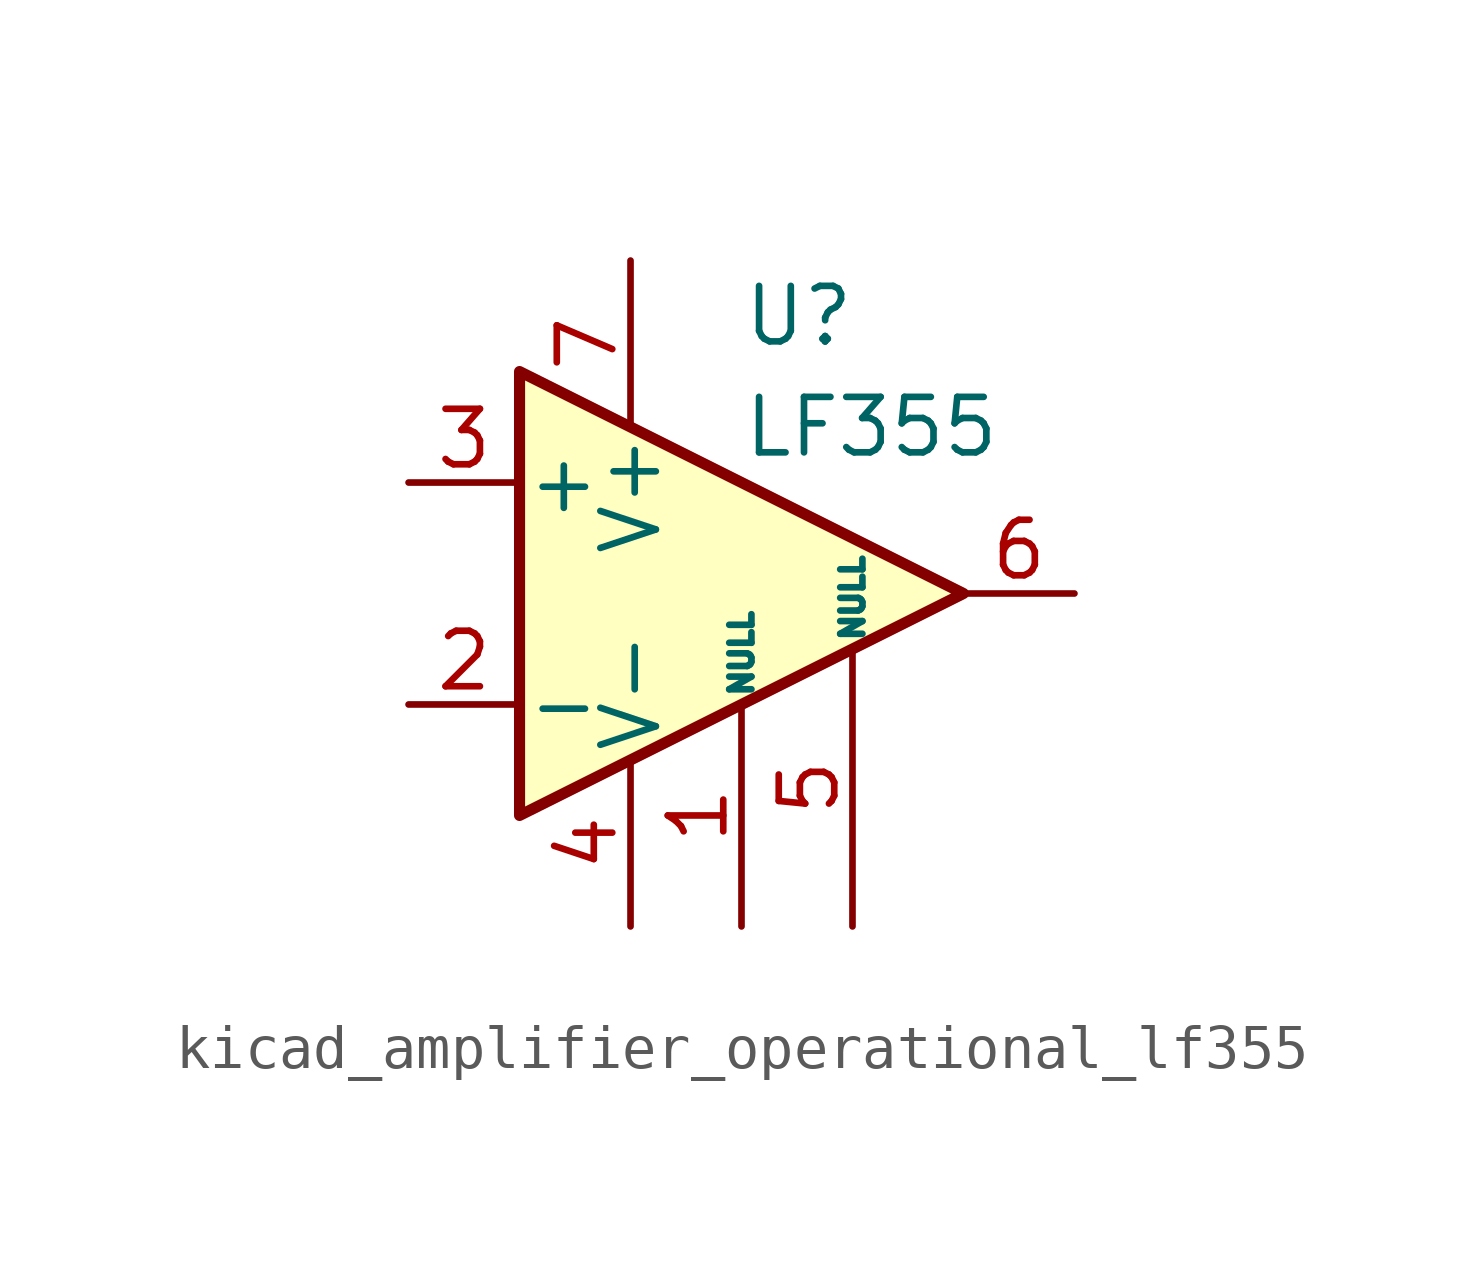
<source format=kicad_sym>
(kicad_symbol_lib
  (version 20220914)
  (generator kicad_symbol_editor)
  (symbol "kicad_amplifier_operational_lf355"
    (pin_names
      (offset 0.127))
    (property "Reference" "U"
      (at 0 6.35 0)
      (effects (font (size 1.27 1.27)) (justify left)))
    (property "Value" "LF355"
      (at 0 3.81 0)
      (effects (font (size 1.27 1.27)) (justify left)))
    (symbol "kicad_amplifier_operational_lf355_0_1"
      (polyline (pts (xy -5.08 5.08) (xy 5.08 0) (xy -5.08 -5.08) (xy -5.08 5.08)) (stroke (width 0.254) (type default)) (fill (type background))))
    (symbol "kicad_amplifier_operational_lf355_1_1"
      (pin input line (at 0 -7.62 90) (length 5.08) (name "NULL" (effects (font (size 0.508 0.508)))) (number "1" (effects (font (size 1.27 1.27)))))
      (pin input line (at -7.62 -2.54 0) (length 2.54) (name "-" (effects (font (size 1.27 1.27)))) (number "2" (effects (font (size 1.27 1.27)))))
      (pin input line (at -7.62 2.54 0) (length 2.54) (name "+" (effects (font (size 1.27 1.27)))) (number "3" (effects (font (size 1.27 1.27)))))
      (pin power_in line (at -2.54 -7.62 90) (length 3.81) (name "V-" (effects (font (size 1.27 1.27)))) (number "4" (effects (font (size 1.27 1.27)))))
      (pin input line (at 2.54 -7.62 90) (length 6.35) (name "NULL" (effects (font (size 0.508 0.508)))) (number "5" (effects (font (size 1.27 1.27)))))
      (pin output line (at 7.62 0 180) (length 2.54) (name "~" (effects (font (size 1.27 1.27)))) (number "6" (effects (font (size 1.27 1.27)))))
      (pin power_in line (at -2.54 7.62 270) (length 3.81) (name "V+" (effects (font (size 1.27 1.27)))) (number "7" (effects (font (size 1.27 1.27)))))
      (pin no_connect line (at 0 2.54 270) (length 2.54) hide (name "NC" (effects (font (size 1.27 1.27)))) (number "8" (effects (font (size 1.27 1.27))))))))
</source>
